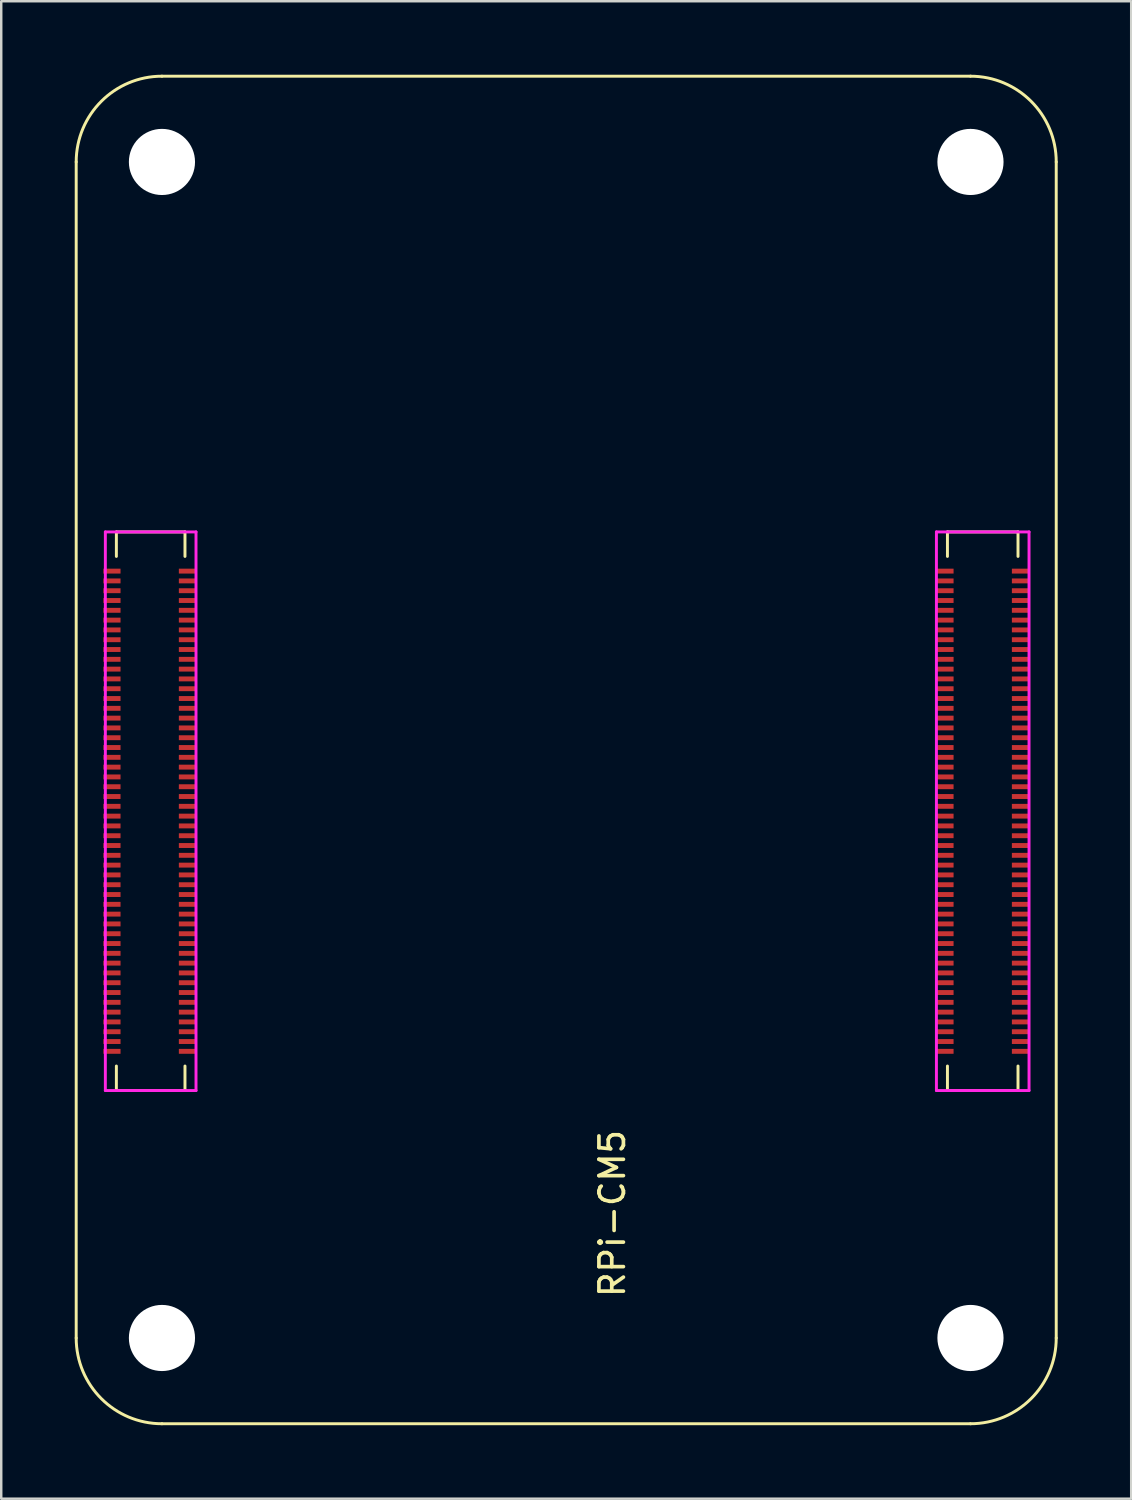
<source format=kicad_pcb>
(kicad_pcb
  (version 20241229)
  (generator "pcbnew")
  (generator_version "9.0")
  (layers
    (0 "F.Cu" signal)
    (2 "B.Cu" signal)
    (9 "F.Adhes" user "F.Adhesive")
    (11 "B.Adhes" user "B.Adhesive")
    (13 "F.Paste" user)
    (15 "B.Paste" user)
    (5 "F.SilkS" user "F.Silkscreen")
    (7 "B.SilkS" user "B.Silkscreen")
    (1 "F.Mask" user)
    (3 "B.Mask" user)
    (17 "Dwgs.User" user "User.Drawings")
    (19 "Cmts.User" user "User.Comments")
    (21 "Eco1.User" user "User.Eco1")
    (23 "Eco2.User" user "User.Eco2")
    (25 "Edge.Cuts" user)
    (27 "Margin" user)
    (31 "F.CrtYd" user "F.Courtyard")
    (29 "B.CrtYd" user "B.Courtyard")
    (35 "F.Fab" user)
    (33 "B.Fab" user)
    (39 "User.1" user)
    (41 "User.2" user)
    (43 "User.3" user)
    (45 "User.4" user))
  (footprint "RPi-CM5"
    (layer "F.Cu")
    (at 3.56 51.56)
    (property "Reference" "RPi-CM5" (at 18.38 -5.08 270) (layer "F.SilkS") (effects (font (size 1 1) (thickness 0.15))))
    (attr smd)
    (fp_line (start -3.5 -48) (end -3.5 0) (stroke (width 0.12) (type solid)) (layer "F.SilkS"))
    (fp_line (start -1.86 -32.9) (end -1.86 -31.9) (stroke (width 0.12) (type solid)) (layer "F.SilkS"))
    (fp_line (start -1.86 -32.9) (end 0.94 -32.9) (stroke (width 0.12) (type solid)) (layer "F.SilkS"))
    (fp_line (start -1.86 -10.1) (end -1.86 -11.1) (stroke (width 0.12) (type solid)) (layer "F.SilkS"))
    (fp_line (start -1.86 -10.1) (end 0.94 -10.1) (stroke (width 0.12) (type solid)) (layer "F.SilkS"))
    (fp_line (start 0 3.5) (end 33 3.5) (stroke (width 0.12) (type solid)) (layer "F.SilkS"))
    (fp_line (start 0.94 -32.9) (end 0.94 -31.9) (stroke (width 0.12) (type solid)) (layer "F.SilkS"))
    (fp_line (start 0.94 -10.1) (end 0.94 -11.1) (stroke (width 0.12) (type solid)) (layer "F.SilkS"))
    (fp_line (start 32.06 -32.9) (end 32.06 -31.9) (stroke (width 0.12) (type solid)) (layer "F.SilkS"))
    (fp_line (start 32.06 -32.9) (end 34.94 -32.9) (stroke (width 0.12) (type solid)) (layer "F.SilkS"))
    (fp_line (start 32.06 -10.1) (end 32.06 -11.1) (stroke (width 0.12) (type solid)) (layer "F.SilkS"))
    (fp_line (start 32.06 -10.1) (end 34.94 -10.1) (stroke (width 0.12) (type solid)) (layer "F.SilkS"))
    (fp_line (start 33 -51.5) (end 0 -51.5) (stroke (width 0.12) (type solid)) (layer "F.SilkS"))
    (fp_line (start 34.94 -32.9) (end 34.94 -31.9) (stroke (width 0.12) (type solid)) (layer "F.SilkS"))
    (fp_line (start 34.94 -10.1) (end 34.94 -11.1) (stroke (width 0.12) (type solid)) (layer "F.SilkS"))
    (fp_line (start 36.5 0) (end 36.5 -48) (stroke (width 0.12) (type solid)) (layer "F.SilkS"))
    (fp_arc (start -3.5 -48) (mid -2.474874 -50.474874) (end 0 -51.5) (stroke (width 0.12) (type solid)) (layer "F.SilkS"))
    (fp_arc (start 0 3.5) (mid -2.474874 2.474874) (end -3.5 0) (stroke (width 0.12) (type solid)) (layer "F.SilkS"))
    (fp_arc (start 33 -51.5) (mid 35.474874 -50.474874) (end 36.5 -48) (stroke (width 0.12) (type solid)) (layer "F.SilkS"))
    (fp_arc (start 36.5 0) (mid 35.474874 2.474874) (end 33 3.5) (stroke (width 0.12) (type solid)) (layer "F.SilkS"))
    (fp_line (start -2.31 -32.9) (end 1.39 -32.9) (stroke (width 0.12) (type solid)) (layer "F.CrtYd"))
    (fp_line (start -2.31 -10.1) (end -2.31 -32.9) (stroke (width 0.12) (type solid)) (layer "F.CrtYd"))
    (fp_line (start 1.39 -32.9) (end 1.39 -10.1) (stroke (width 0.12) (type solid)) (layer "F.CrtYd"))
    (fp_line (start 1.39 -10.1) (end -2.31 -10.1) (stroke (width 0.12) (type solid)) (layer "F.CrtYd"))
    (fp_line (start 31.61 -32.9) (end 35.39 -32.9) (stroke (width 0.12) (type solid)) (layer "F.CrtYd"))
    (fp_line (start 31.61 -10.1) (end 31.61 -32.9) (stroke (width 0.12) (type solid)) (layer "F.CrtYd"))
    (fp_line (start 35.39 -32.9) (end 35.39 -10.1) (stroke (width 0.12) (type solid)) (layer "F.CrtYd"))
    (fp_line (start 35.39 -10.1) (end 31.61 -10.1) (stroke (width 0.12) (type solid)) (layer "F.CrtYd"))
    (pad "" np_thru_hole circle (at 0 -48) (size 2.7 2.7) (drill 2.7) (layers "*.Cu" "*.Mask"))
    (pad "" np_thru_hole circle (at 0 0) (size 2.7 2.7) (drill 2.7) (layers "*.Cu" "*.Mask"))
    (pad "" np_thru_hole circle (at 33 -48) (size 2.7 2.7) (drill 2.7) (layers "*.Cu" "*.Mask"))
    (pad "" np_thru_hole circle (at 33 0) (size 2.7 2.7) (drill 2.7) (layers "*.Cu" "*.Mask"))
    (pad "1" smd rect (at -2.04 -31.3 270) (size 0.2 0.7) (layers "F.Cu" "F.Mask" "F.Paste"))
    (pad "2" smd rect (at 1.04 -31.3 270) (size 0.2 0.7) (layers "F.Cu" "F.Mask" "F.Paste"))
    (pad "3" smd rect (at -2.04 -30.9 270) (size 0.2 0.7) (layers "F.Cu" "F.Mask" "F.Paste"))
    (pad "4" smd rect (at 1.04 -30.9 270) (size 0.2 0.7) (layers "F.Cu" "F.Mask" "F.Paste"))
    (pad "5" smd rect (at -2.04 -30.5 270) (size 0.2 0.7) (layers "F.Cu" "F.Mask" "F.Paste"))
    (pad "6" smd rect (at 1.04 -30.5 270) (size 0.2 0.7) (layers "F.Cu" "F.Mask" "F.Paste"))
    (pad "7" smd rect (at -2.04 -30.1 270) (size 0.2 0.7) (layers "F.Cu" "F.Mask" "F.Paste"))
    (pad "8" smd rect (at 1.04 -30.1 270) (size 0.2 0.7) (layers "F.Cu" "F.Mask" "F.Paste"))
    (pad "9" smd rect (at -2.04 -29.7 270) (size 0.2 0.7) (layers "F.Cu" "F.Mask" "F.Paste"))
    (pad "10" smd rect (at 1.04 -29.7 270) (size 0.2 0.7) (layers "F.Cu" "F.Mask" "F.Paste"))
    (pad "11" smd rect (at -2.04 -29.3 270) (size 0.2 0.7) (layers "F.Cu" "F.Mask" "F.Paste"))
    (pad "12" smd rect (at 1.04 -29.3 270) (size 0.2 0.7) (layers "F.Cu" "F.Mask" "F.Paste"))
    (pad "13" smd rect (at -2.04 -28.9 270) (size 0.2 0.7) (layers "F.Cu" "F.Mask" "F.Paste"))
    (pad "14" smd rect (at 1.04 -28.9 270) (size 0.2 0.7) (layers "F.Cu" "F.Mask" "F.Paste"))
    (pad "15" smd rect (at -2.04 -28.5 270) (size 0.2 0.7) (layers "F.Cu" "F.Mask" "F.Paste"))
    (pad "16" smd rect (at 1.04 -28.5 270) (size 0.2 0.7) (layers "F.Cu" "F.Mask" "F.Paste"))
    (pad "17" smd rect (at -2.04 -28.1 270) (size 0.2 0.7) (layers "F.Cu" "F.Mask" "F.Paste"))
    (pad "18" smd rect (at 1.04 -28.1 270) (size 0.2 0.7) (layers "F.Cu" "F.Mask" "F.Paste"))
    (pad "19" smd rect (at -2.04 -27.7 270) (size 0.2 0.7) (layers "F.Cu" "F.Mask" "F.Paste"))
    (pad "20" smd rect (at 1.04 -27.7 270) (size 0.2 0.7) (layers "F.Cu" "F.Mask" "F.Paste"))
    (pad "21" smd rect (at -2.04 -27.3 270) (size 0.2 0.7) (layers "F.Cu" "F.Mask" "F.Paste"))
    (pad "22" smd rect (at 1.04 -27.3 270) (size 0.2 0.7) (layers "F.Cu" "F.Mask" "F.Paste"))
    (pad "23" smd rect (at -2.04 -26.9 270) (size 0.2 0.7) (layers "F.Cu" "F.Mask" "F.Paste"))
    (pad "24" smd rect (at 1.04 -26.9 270) (size 0.2 0.7) (layers "F.Cu" "F.Mask" "F.Paste"))
    (pad "25" smd rect (at -2.04 -26.5 270) (size 0.2 0.7) (layers "F.Cu" "F.Mask" "F.Paste"))
    (pad "26" smd rect (at 1.04 -26.5 270) (size 0.2 0.7) (layers "F.Cu" "F.Mask" "F.Paste"))
    (pad "27" smd rect (at -2.04 -26.1 270) (size 0.2 0.7) (layers "F.Cu" "F.Mask" "F.Paste"))
    (pad "28" smd rect (at 1.04 -26.1 270) (size 0.2 0.7) (layers "F.Cu" "F.Mask" "F.Paste"))
    (pad "29" smd rect (at -2.04 -25.7 270) (size 0.2 0.7) (layers "F.Cu" "F.Mask" "F.Paste"))
    (pad "30" smd rect (at 1.04 -25.7 270) (size 0.2 0.7) (layers "F.Cu" "F.Mask" "F.Paste"))
    (pad "31" smd rect (at -2.04 -25.3 270) (size 0.2 0.7) (layers "F.Cu" "F.Mask" "F.Paste"))
    (pad "32" smd rect (at 1.04 -25.3 270) (size 0.2 0.7) (layers "F.Cu" "F.Mask" "F.Paste"))
    (pad "33" smd rect (at -2.04 -24.9 270) (size 0.2 0.7) (layers "F.Cu" "F.Mask" "F.Paste"))
    (pad "34" smd rect (at 1.04 -24.9 270) (size 0.2 0.7) (layers "F.Cu" "F.Mask" "F.Paste"))
    (pad "35" smd rect (at -2.04 -24.5 270) (size 0.2 0.7) (layers "F.Cu" "F.Mask" "F.Paste"))
    (pad "36" smd rect (at 1.04 -24.5 270) (size 0.2 0.7) (layers "F.Cu" "F.Mask" "F.Paste"))
    (pad "37" smd rect (at -2.04 -24.1 270) (size 0.2 0.7) (layers "F.Cu" "F.Mask" "F.Paste"))
    (pad "38" smd rect (at 1.04 -24.1 270) (size 0.2 0.7) (layers "F.Cu" "F.Mask" "F.Paste"))
    (pad "39" smd rect (at -2.04 -23.7 270) (size 0.2 0.7) (layers "F.Cu" "F.Mask" "F.Paste"))
    (pad "40" smd rect (at 1.04 -23.7 270) (size 0.2 0.7) (layers "F.Cu" "F.Mask" "F.Paste"))
    (pad "41" smd rect (at -2.04 -23.3 270) (size 0.2 0.7) (layers "F.Cu" "F.Mask" "F.Paste"))
    (pad "42" smd rect (at 1.04 -23.3 270) (size 0.2 0.7) (layers "F.Cu" "F.Mask" "F.Paste"))
    (pad "43" smd rect (at -2.04 -22.9 270) (size 0.2 0.7) (layers "F.Cu" "F.Mask" "F.Paste"))
    (pad "44" smd rect (at 1.04 -22.9 270) (size 0.2 0.7) (layers "F.Cu" "F.Mask" "F.Paste"))
    (pad "45" smd rect (at -2.04 -22.5 270) (size 0.2 0.7) (layers "F.Cu" "F.Mask" "F.Paste"))
    (pad "46" smd rect (at 1.04 -22.5 270) (size 0.2 0.7) (layers "F.Cu" "F.Mask" "F.Paste"))
    (pad "47" smd rect (at -2.04 -22.1 270) (size 0.2 0.7) (layers "F.Cu" "F.Mask" "F.Paste"))
    (pad "48" smd rect (at 1.04 -22.1 270) (size 0.2 0.7) (layers "F.Cu" "F.Mask" "F.Paste"))
    (pad "49" smd rect (at -2.04 -21.7 270) (size 0.2 0.7) (layers "F.Cu" "F.Mask" "F.Paste"))
    (pad "50" smd rect (at 1.04 -21.7 270) (size 0.2 0.7) (layers "F.Cu" "F.Mask" "F.Paste"))
    (pad "51" smd rect (at -2.04 -21.3 270) (size 0.2 0.7) (layers "F.Cu" "F.Mask" "F.Paste"))
    (pad "52" smd rect (at 1.04 -21.3 270) (size 0.2 0.7) (layers "F.Cu" "F.Mask" "F.Paste"))
    (pad "53" smd rect (at -2.04 -20.9 270) (size 0.2 0.7) (layers "F.Cu" "F.Mask" "F.Paste"))
    (pad "54" smd rect (at 1.04 -20.9 270) (size 0.2 0.7) (layers "F.Cu" "F.Mask" "F.Paste"))
    (pad "55" smd rect (at -2.04 -20.5 270) (size 0.2 0.7) (layers "F.Cu" "F.Mask" "F.Paste"))
    (pad "56" smd rect (at 1.04 -20.5 270) (size 0.2 0.7) (layers "F.Cu" "F.Mask" "F.Paste"))
    (pad "57" smd rect (at -2.04 -20.1 270) (size 0.2 0.7) (layers "F.Cu" "F.Mask" "F.Paste"))
    (pad "58" smd rect (at 1.04 -20.1 270) (size 0.2 0.7) (layers "F.Cu" "F.Mask" "F.Paste"))
    (pad "59" smd rect (at -2.04 -19.7 270) (size 0.2 0.7) (layers "F.Cu" "F.Mask" "F.Paste"))
    (pad "60" smd rect (at 1.04 -19.7 270) (size 0.2 0.7) (layers "F.Cu" "F.Mask" "F.Paste"))
    (pad "61" smd rect (at -2.04 -19.3 270) (size 0.2 0.7) (layers "F.Cu" "F.Mask" "F.Paste"))
    (pad "62" smd rect (at 1.04 -19.3 270) (size 0.2 0.7) (layers "F.Cu" "F.Mask" "F.Paste"))
    (pad "63" smd rect (at -2.04 -18.9 270) (size 0.2 0.7) (layers "F.Cu" "F.Mask" "F.Paste"))
    (pad "64" smd rect (at 1.04 -18.9 270) (size 0.2 0.7) (layers "F.Cu" "F.Mask" "F.Paste"))
    (pad "65" smd rect (at -2.04 -18.5 270) (size 0.2 0.7) (layers "F.Cu" "F.Mask" "F.Paste"))
    (pad "66" smd rect (at 1.04 -18.5 270) (size 0.2 0.7) (layers "F.Cu" "F.Mask" "F.Paste"))
    (pad "67" smd rect (at -2.04 -18.1 270) (size 0.2 0.7) (layers "F.Cu" "F.Mask" "F.Paste"))
    (pad "68" smd rect (at 1.04 -18.1 270) (size 0.2 0.7) (layers "F.Cu" "F.Mask" "F.Paste"))
    (pad "69" smd rect (at -2.04 -17.7 270) (size 0.2 0.7) (layers "F.Cu" "F.Mask" "F.Paste"))
    (pad "70" smd rect (at 1.04 -17.7 270) (size 0.2 0.7) (layers "F.Cu" "F.Mask" "F.Paste"))
    (pad "71" smd rect (at -2.04 -17.3 270) (size 0.2 0.7) (layers "F.Cu" "F.Mask" "F.Paste"))
    (pad "72" smd rect (at 1.04 -17.3 270) (size 0.2 0.7) (layers "F.Cu" "F.Mask" "F.Paste"))
    (pad "73" smd rect (at -2.04 -16.9 270) (size 0.2 0.7) (layers "F.Cu" "F.Mask" "F.Paste"))
    (pad "74" smd rect (at 1.04 -16.9 270) (size 0.2 0.7) (layers "F.Cu" "F.Mask" "F.Paste"))
    (pad "75" smd rect (at -2.04 -16.5 270) (size 0.2 0.7) (layers "F.Cu" "F.Mask" "F.Paste"))
    (pad "76" smd rect (at 1.04 -16.5 270) (size 0.2 0.7) (layers "F.Cu" "F.Mask" "F.Paste"))
    (pad "77" smd rect (at -2.04 -16.1 270) (size 0.2 0.7) (layers "F.Cu" "F.Mask" "F.Paste"))
    (pad "78" smd rect (at 1.04 -16.1 270) (size 0.2 0.7) (layers "F.Cu" "F.Mask" "F.Paste"))
    (pad "79" smd rect (at -2.04 -15.7 270) (size 0.2 0.7) (layers "F.Cu" "F.Mask" "F.Paste"))
    (pad "80" smd rect (at 1.04 -15.7 270) (size 0.2 0.7) (layers "F.Cu" "F.Mask" "F.Paste"))
    (pad "81" smd rect (at -2.04 -15.3 270) (size 0.2 0.7) (layers "F.Cu" "F.Mask" "F.Paste"))
    (pad "82" smd rect (at 1.04 -15.3 270) (size 0.2 0.7) (layers "F.Cu" "F.Mask" "F.Paste"))
    (pad "83" smd rect (at -2.04 -14.9 270) (size 0.2 0.7) (layers "F.Cu" "F.Mask" "F.Paste"))
    (pad "84" smd rect (at 1.04 -14.9 270) (size 0.2 0.7) (layers "F.Cu" "F.Mask" "F.Paste"))
    (pad "85" smd rect (at -2.04 -14.5 270) (size 0.2 0.7) (layers "F.Cu" "F.Mask" "F.Paste"))
    (pad "86" smd rect (at 1.04 -14.5 270) (size 0.2 0.7) (layers "F.Cu" "F.Mask" "F.Paste"))
    (pad "87" smd rect (at -2.04 -14.1 270) (size 0.2 0.7) (layers "F.Cu" "F.Mask" "F.Paste"))
    (pad "88" smd rect (at 1.04 -14.1 270) (size 0.2 0.7) (layers "F.Cu" "F.Mask" "F.Paste"))
    (pad "89" smd rect (at -2.04 -13.7 270) (size 0.2 0.7) (layers "F.Cu" "F.Mask" "F.Paste"))
    (pad "90" smd rect (at 1.04 -13.7 270) (size 0.2 0.7) (layers "F.Cu" "F.Mask" "F.Paste"))
    (pad "91" smd rect (at -2.04 -13.3 270) (size 0.2 0.7) (layers "F.Cu" "F.Mask" "F.Paste"))
    (pad "92" smd rect (at 1.04 -13.3 270) (size 0.2 0.7) (layers "F.Cu" "F.Mask" "F.Paste"))
    (pad "93" smd rect (at -2.04 -12.9 270) (size 0.2 0.7) (layers "F.Cu" "F.Mask" "F.Paste"))
    (pad "94" smd rect (at 1.04 -12.9 270) (size 0.2 0.7) (layers "F.Cu" "F.Mask" "F.Paste"))
    (pad "95" smd rect (at -2.04 -12.5 270) (size 0.2 0.7) (layers "F.Cu" "F.Mask" "F.Paste"))
    (pad "96" smd rect (at 1.04 -12.5 270) (size 0.2 0.7) (layers "F.Cu" "F.Mask" "F.Paste"))
    (pad "97" smd rect (at -2.04 -12.1 270) (size 0.2 0.7) (layers "F.Cu" "F.Mask" "F.Paste"))
    (pad "98" smd rect (at 1.04 -12.1 270) (size 0.2 0.7) (layers "F.Cu" "F.Mask" "F.Paste"))
    (pad "99" smd rect (at -2.04 -11.7 270) (size 0.2 0.7) (layers "F.Cu" "F.Mask" "F.Paste"))
    (pad "100" smd rect (at 1.04 -11.7 270) (size 0.2 0.7) (layers "F.Cu" "F.Mask" "F.Paste"))
    (pad "101" smd rect (at 31.96 -31.3 270) (size 0.2 0.7) (layers "F.Cu" "F.Mask" "F.Paste"))
    (pad "102" smd rect (at 35.04 -31.3 270) (size 0.2 0.7) (layers "F.Cu" "F.Mask" "F.Paste"))
    (pad "103" smd rect (at 31.96 -30.9 270) (size 0.2 0.7) (layers "F.Cu" "F.Mask" "F.Paste"))
    (pad "104" smd rect (at 35.04 -30.9 270) (size 0.2 0.7) (layers "F.Cu" "F.Mask" "F.Paste"))
    (pad "105" smd rect (at 31.96 -30.5 270) (size 0.2 0.7) (layers "F.Cu" "F.Mask" "F.Paste"))
    (pad "106" smd rect (at 35.04 -30.5 270) (size 0.2 0.7) (layers "F.Cu" "F.Mask" "F.Paste"))
    (pad "107" smd rect (at 31.96 -30.1 270) (size 0.2 0.7) (layers "F.Cu" "F.Mask" "F.Paste"))
    (pad "108" smd rect (at 35.04 -30.1 270) (size 0.2 0.7) (layers "F.Cu" "F.Mask" "F.Paste"))
    (pad "109" smd rect (at 31.96 -29.7 270) (size 0.2 0.7) (layers "F.Cu" "F.Mask" "F.Paste"))
    (pad "110" smd rect (at 35.04 -29.7 270) (size 0.2 0.7) (layers "F.Cu" "F.Mask" "F.Paste"))
    (pad "111" smd rect (at 31.96 -29.3 270) (size 0.2 0.7) (layers "F.Cu" "F.Mask" "F.Paste"))
    (pad "112" smd rect (at 35.04 -29.3 270) (size 0.2 0.7) (layers "F.Cu" "F.Mask" "F.Paste"))
    (pad "113" smd rect (at 31.96 -28.9 270) (size 0.2 0.7) (layers "F.Cu" "F.Mask" "F.Paste"))
    (pad "114" smd rect (at 35.04 -28.9 270) (size 0.2 0.7) (layers "F.Cu" "F.Mask" "F.Paste"))
    (pad "115" smd rect (at 31.96 -28.5 270) (size 0.2 0.7) (layers "F.Cu" "F.Mask" "F.Paste"))
    (pad "116" smd rect (at 35.04 -28.5 270) (size 0.2 0.7) (layers "F.Cu" "F.Mask" "F.Paste"))
    (pad "117" smd rect (at 31.96 -28.1 270) (size 0.2 0.7) (layers "F.Cu" "F.Mask" "F.Paste"))
    (pad "118" smd rect (at 35.04 -28.1 270) (size 0.2 0.7) (layers "F.Cu" "F.Mask" "F.Paste"))
    (pad "119" smd rect (at 31.96 -27.7 270) (size 0.2 0.7) (layers "F.Cu" "F.Mask" "F.Paste"))
    (pad "120" smd rect (at 35.04 -27.7 270) (size 0.2 0.7) (layers "F.Cu" "F.Mask" "F.Paste"))
    (pad "121" smd rect (at 31.96 -27.3 270) (size 0.2 0.7) (layers "F.Cu" "F.Mask" "F.Paste"))
    (pad "122" smd rect (at 35.04 -27.3 270) (size 0.2 0.7) (layers "F.Cu" "F.Mask" "F.Paste"))
    (pad "123" smd rect (at 31.96 -26.9 270) (size 0.2 0.7) (layers "F.Cu" "F.Mask" "F.Paste"))
    (pad "124" smd rect (at 35.04 -26.9 270) (size 0.2 0.7) (layers "F.Cu" "F.Mask" "F.Paste"))
    (pad "125" smd rect (at 31.96 -26.5 270) (size 0.2 0.7) (layers "F.Cu" "F.Mask" "F.Paste"))
    (pad "126" smd rect (at 35.04 -26.5 270) (size 0.2 0.7) (layers "F.Cu" "F.Mask" "F.Paste"))
    (pad "127" smd rect (at 31.96 -26.1 270) (size 0.2 0.7) (layers "F.Cu" "F.Mask" "F.Paste"))
    (pad "128" smd rect (at 35.04 -26.1 270) (size 0.2 0.7) (layers "F.Cu" "F.Mask" "F.Paste"))
    (pad "129" smd rect (at 31.96 -25.7 270) (size 0.2 0.7) (layers "F.Cu" "F.Mask" "F.Paste"))
    (pad "130" smd rect (at 35.04 -25.7 270) (size 0.2 0.7) (layers "F.Cu" "F.Mask" "F.Paste"))
    (pad "131" smd rect (at 31.96 -25.3 270) (size 0.2 0.7) (layers "F.Cu" "F.Mask" "F.Paste"))
    (pad "132" smd rect (at 35.04 -25.3 270) (size 0.2 0.7) (layers "F.Cu" "F.Mask" "F.Paste"))
    (pad "133" smd rect (at 31.96 -24.9 270) (size 0.2 0.7) (layers "F.Cu" "F.Mask" "F.Paste"))
    (pad "134" smd rect (at 35.04 -24.9 270) (size 0.2 0.7) (layers "F.Cu" "F.Mask" "F.Paste"))
    (pad "135" smd rect (at 31.96 -24.5 270) (size 0.2 0.7) (layers "F.Cu" "F.Mask" "F.Paste"))
    (pad "136" smd rect (at 35.04 -24.5 270) (size 0.2 0.7) (layers "F.Cu" "F.Mask" "F.Paste"))
    (pad "137" smd rect (at 31.96 -24.1 270) (size 0.2 0.7) (layers "F.Cu" "F.Mask" "F.Paste"))
    (pad "138" smd rect (at 35.04 -24.1 270) (size 0.2 0.7) (layers "F.Cu" "F.Mask" "F.Paste"))
    (pad "139" smd rect (at 31.96 -23.7 270) (size 0.2 0.7) (layers "F.Cu" "F.Mask" "F.Paste"))
    (pad "140" smd rect (at 35.04 -23.7 270) (size 0.2 0.7) (layers "F.Cu" "F.Mask" "F.Paste"))
    (pad "141" smd rect (at 31.96 -23.3 270) (size 0.2 0.7) (layers "F.Cu" "F.Mask" "F.Paste"))
    (pad "142" smd rect (at 35.04 -23.3 270) (size 0.2 0.7) (layers "F.Cu" "F.Mask" "F.Paste"))
    (pad "143" smd rect (at 31.96 -22.9 270) (size 0.2 0.7) (layers "F.Cu" "F.Mask" "F.Paste"))
    (pad "144" smd rect (at 35.04 -22.9 270) (size 0.2 0.7) (layers "F.Cu" "F.Mask" "F.Paste"))
    (pad "145" smd rect (at 31.96 -22.5 270) (size 0.2 0.7) (layers "F.Cu" "F.Mask" "F.Paste"))
    (pad "146" smd rect (at 35.04 -22.5 270) (size 0.2 0.7) (layers "F.Cu" "F.Mask" "F.Paste"))
    (pad "147" smd rect (at 31.96 -22.1 270) (size 0.2 0.7) (layers "F.Cu" "F.Mask" "F.Paste"))
    (pad "148" smd rect (at 35.04 -22.1 270) (size 0.2 0.7) (layers "F.Cu" "F.Mask" "F.Paste"))
    (pad "149" smd rect (at 31.96 -21.7 270) (size 0.2 0.7) (layers "F.Cu" "F.Mask" "F.Paste"))
    (pad "150" smd rect (at 35.04 -21.7 270) (size 0.2 0.7) (layers "F.Cu" "F.Mask" "F.Paste"))
    (pad "151" smd rect (at 31.96 -21.3 270) (size 0.2 0.7) (layers "F.Cu" "F.Mask" "F.Paste"))
    (pad "152" smd rect (at 35.04 -21.3 270) (size 0.2 0.7) (layers "F.Cu" "F.Mask" "F.Paste"))
    (pad "153" smd rect (at 31.96 -20.9 270) (size 0.2 0.7) (layers "F.Cu" "F.Mask" "F.Paste"))
    (pad "154" smd rect (at 35.04 -20.9 270) (size 0.2 0.7) (layers "F.Cu" "F.Mask" "F.Paste"))
    (pad "155" smd rect (at 31.96 -20.5 270) (size 0.2 0.7) (layers "F.Cu" "F.Mask" "F.Paste"))
    (pad "156" smd rect (at 35.04 -20.5 270) (size 0.2 0.7) (layers "F.Cu" "F.Mask" "F.Paste"))
    (pad "157" smd rect (at 31.96 -20.1 270) (size 0.2 0.7) (layers "F.Cu" "F.Mask" "F.Paste"))
    (pad "158" smd rect (at 35.04 -20.1 270) (size 0.2 0.7) (layers "F.Cu" "F.Mask" "F.Paste"))
    (pad "159" smd rect (at 31.96 -19.7 270) (size 0.2 0.7) (layers "F.Cu" "F.Mask" "F.Paste"))
    (pad "160" smd rect (at 35.04 -19.7 270) (size 0.2 0.7) (layers "F.Cu" "F.Mask" "F.Paste"))
    (pad "161" smd rect (at 31.96 -19.3 270) (size 0.2 0.7) (layers "F.Cu" "F.Mask" "F.Paste"))
    (pad "162" smd rect (at 35.04 -19.3 270) (size 0.2 0.7) (layers "F.Cu" "F.Mask" "F.Paste"))
    (pad "163" smd rect (at 31.96 -18.9 270) (size 0.2 0.7) (layers "F.Cu" "F.Mask" "F.Paste"))
    (pad "164" smd rect (at 35.04 -18.9 270) (size 0.2 0.7) (layers "F.Cu" "F.Mask" "F.Paste"))
    (pad "165" smd rect (at 31.96 -18.5 270) (size 0.2 0.7) (layers "F.Cu" "F.Mask" "F.Paste"))
    (pad "166" smd rect (at 35.04 -18.5 270) (size 0.2 0.7) (layers "F.Cu" "F.Mask" "F.Paste"))
    (pad "167" smd rect (at 31.96 -18.1 270) (size 0.2 0.7) (layers "F.Cu" "F.Mask" "F.Paste"))
    (pad "168" smd rect (at 35.04 -18.1 270) (size 0.2 0.7) (layers "F.Cu" "F.Mask" "F.Paste"))
    (pad "169" smd rect (at 31.96 -17.7 270) (size 0.2 0.7) (layers "F.Cu" "F.Mask" "F.Paste"))
    (pad "170" smd rect (at 35.04 -17.7 270) (size 0.2 0.7) (layers "F.Cu" "F.Mask" "F.Paste"))
    (pad "171" smd rect (at 31.96 -17.3 270) (size 0.2 0.7) (layers "F.Cu" "F.Mask" "F.Paste"))
    (pad "172" smd rect (at 35.04 -17.3 270) (size 0.2 0.7) (layers "F.Cu" "F.Mask" "F.Paste"))
    (pad "173" smd rect (at 31.96 -16.9 270) (size 0.2 0.7) (layers "F.Cu" "F.Mask" "F.Paste"))
    (pad "174" smd rect (at 35.04 -16.9 270) (size 0.2 0.7) (layers "F.Cu" "F.Mask" "F.Paste"))
    (pad "175" smd rect (at 31.96 -16.5 270) (size 0.2 0.7) (layers "F.Cu" "F.Mask" "F.Paste"))
    (pad "176" smd rect (at 35.04 -16.5 270) (size 0.2 0.7) (layers "F.Cu" "F.Mask" "F.Paste"))
    (pad "177" smd rect (at 31.96 -16.1 270) (size 0.2 0.7) (layers "F.Cu" "F.Mask" "F.Paste"))
    (pad "178" smd rect (at 35.04 -16.1 270) (size 0.2 0.7) (layers "F.Cu" "F.Mask" "F.Paste"))
    (pad "179" smd rect (at 31.96 -15.7 270) (size 0.2 0.7) (layers "F.Cu" "F.Mask" "F.Paste"))
    (pad "180" smd rect (at 35.04 -15.7 270) (size 0.2 0.7) (layers "F.Cu" "F.Mask" "F.Paste"))
    (pad "181" smd rect (at 31.96 -15.3 270) (size 0.2 0.7) (layers "F.Cu" "F.Mask" "F.Paste"))
    (pad "182" smd rect (at 35.04 -15.3 270) (size 0.2 0.7) (layers "F.Cu" "F.Mask" "F.Paste"))
    (pad "183" smd rect (at 31.96 -14.9 270) (size 0.2 0.7) (layers "F.Cu" "F.Mask" "F.Paste"))
    (pad "184" smd rect (at 35.04 -14.9 270) (size 0.2 0.7) (layers "F.Cu" "F.Mask" "F.Paste"))
    (pad "185" smd rect (at 31.96 -14.5 270) (size 0.2 0.7) (layers "F.Cu" "F.Mask" "F.Paste"))
    (pad "186" smd rect (at 35.04 -14.5 270) (size 0.2 0.7) (layers "F.Cu" "F.Mask" "F.Paste"))
    (pad "187" smd rect (at 31.96 -14.1 270) (size 0.2 0.7) (layers "F.Cu" "F.Mask" "F.Paste"))
    (pad "188" smd rect (at 35.04 -14.1 270) (size 0.2 0.7) (layers "F.Cu" "F.Mask" "F.Paste"))
    (pad "189" smd rect (at 31.96 -13.7 270) (size 0.2 0.7) (layers "F.Cu" "F.Mask" "F.Paste"))
    (pad "190" smd rect (at 35.04 -13.7 270) (size 0.2 0.7) (layers "F.Cu" "F.Mask" "F.Paste"))
    (pad "191" smd rect (at 31.96 -13.3 270) (size 0.2 0.7) (layers "F.Cu" "F.Mask" "F.Paste"))
    (pad "192" smd rect (at 35.04 -13.3 270) (size 0.2 0.7) (layers "F.Cu" "F.Mask" "F.Paste"))
    (pad "193" smd rect (at 31.96 -12.9 270) (size 0.2 0.7) (layers "F.Cu" "F.Mask" "F.Paste"))
    (pad "194" smd rect (at 35.04 -12.9 270) (size 0.2 0.7) (layers "F.Cu" "F.Mask" "F.Paste"))
    (pad "195" smd rect (at 31.96 -12.5 270) (size 0.2 0.7) (layers "F.Cu" "F.Mask" "F.Paste"))
    (pad "196" smd rect (at 35.04 -12.5 270) (size 0.2 0.7) (layers "F.Cu" "F.Mask" "F.Paste"))
    (pad "197" smd rect (at 31.96 -12.1 270) (size 0.2 0.7) (layers "F.Cu" "F.Mask" "F.Paste"))
    (pad "198" smd rect (at 35.04 -12.1 270) (size 0.2 0.7) (layers "F.Cu" "F.Mask" "F.Paste"))
    (pad "199" smd rect (at 31.96 -11.7 270) (size 0.2 0.7) (layers "F.Cu" "F.Mask" "F.Paste"))
    (pad "200" smd rect (at 35.04 -11.7 270) (size 0.2 0.7) (layers "F.Cu" "F.Mask" "F.Paste")))
  (gr_rect
    (start -3 -3)
    (end 43.12 58.12)
    (stroke (width 0.1) (type default))
    (fill no)
    (layer "Edge.Cuts")))
</source>
